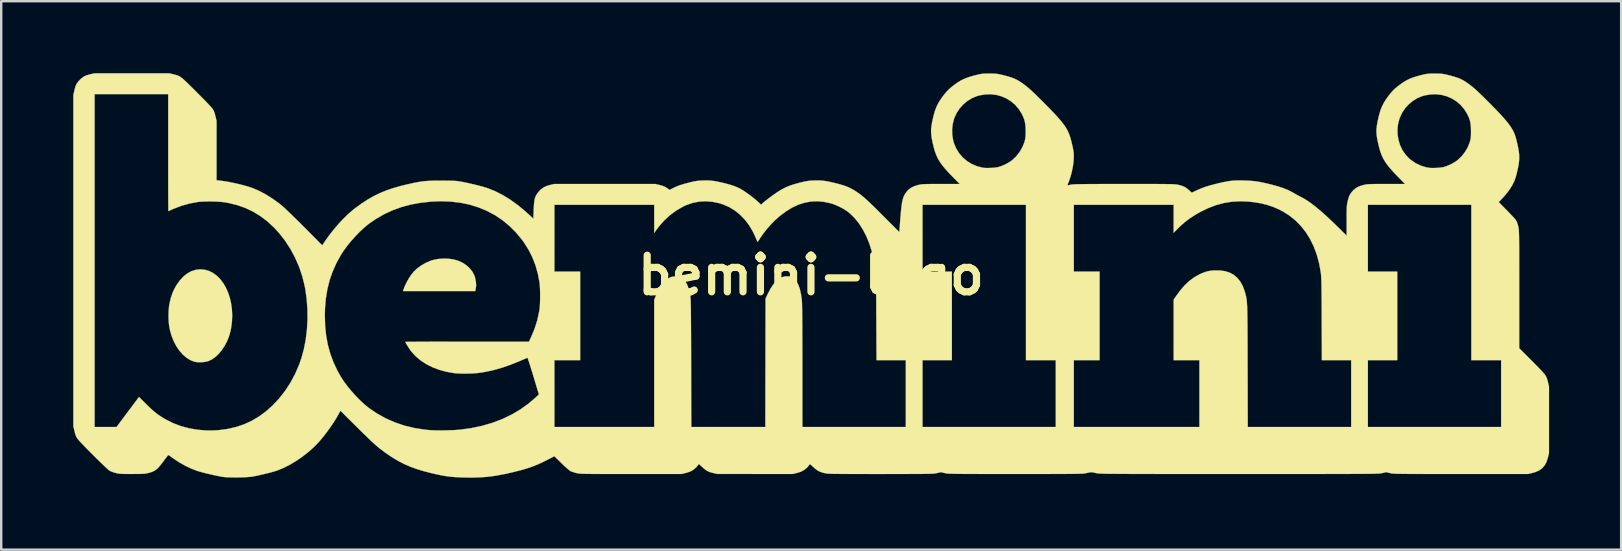
<source format=kicad_pcb>
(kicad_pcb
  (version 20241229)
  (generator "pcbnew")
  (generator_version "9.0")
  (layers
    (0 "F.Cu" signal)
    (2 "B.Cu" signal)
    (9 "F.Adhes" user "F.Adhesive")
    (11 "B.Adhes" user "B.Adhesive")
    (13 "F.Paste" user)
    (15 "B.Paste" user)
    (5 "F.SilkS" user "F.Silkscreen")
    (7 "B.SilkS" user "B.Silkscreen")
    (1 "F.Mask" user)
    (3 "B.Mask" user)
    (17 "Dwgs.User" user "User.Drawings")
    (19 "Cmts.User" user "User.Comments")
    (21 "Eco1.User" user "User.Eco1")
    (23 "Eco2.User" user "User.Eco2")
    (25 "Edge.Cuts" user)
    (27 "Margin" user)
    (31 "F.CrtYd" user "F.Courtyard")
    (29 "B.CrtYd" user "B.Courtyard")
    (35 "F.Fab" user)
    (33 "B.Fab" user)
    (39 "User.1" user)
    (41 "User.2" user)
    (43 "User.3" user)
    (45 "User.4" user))
  (footprint "bemini-logo"
    (layer "F.Cu")
    (at 30.73 8.415)
    (property "Reference" "bemini-logo" (at 0 0 0) (layer "F.SilkS") (effects (font (size 1.524 1.524) (thickness 0.3))))
    (attr through_hole)
    (fp_poly (pts (xy -15.104 -0.688) (xy -14.903 -0.661) (xy -14.721 -0.613) (xy -14.707 -0.608) (xy -14.524 -0.526) (xy -14.359 -0.419) (xy -14.217 -0.292) (xy -14.103 -0.149) (xy -14.022 0.007) (xy -14.02 0.01) (xy -13.994 0.092) (xy -13.972 0.19) (xy -13.956 0.292) (xy -13.948 0.384) (xy -13.949 0.455) (xy -13.95 0.46) (xy -13.961 0.528) (xy -13.971 0.593) (xy -13.981 0.659) (xy -16.992 0.659) (xy -16.979 0.616) (xy -16.923 0.466) (xy -16.847 0.304) (xy -16.757 0.143) (xy -16.66 -0.006) (xy -16.562 -0.13) (xy -16.555 -0.138) (xy -16.406 -0.282) (xy -16.228 -0.411) (xy -16.034 -0.522) (xy -15.831 -0.607) (xy -15.72 -0.641) (xy -15.524 -0.678) (xy -15.315 -0.694) (xy -15.104 -0.688)) (stroke (width 0.01) (type solid)) (fill yes) (layer "F.SilkS"))
    (fp_poly (pts (xy -25.242 -0.227) (xy -25.066 -0.175) (xy -24.901 -0.091) (xy -24.748 0.022) (xy -24.608 0.162) (xy -24.483 0.325) (xy -24.374 0.511) (xy -24.282 0.716) (xy -24.208 0.937) (xy -24.154 1.173) (xy -24.12 1.42) (xy -24.108 1.677) (xy -24.119 1.94) (xy -24.155 2.208) (xy -24.177 2.319) (xy -24.237 2.536) (xy -24.32 2.744) (xy -24.422 2.94) (xy -24.541 3.119) (xy -24.672 3.276) (xy -24.814 3.409) (xy -24.963 3.512) (xy -25.116 3.582) (xy -25.118 3.582) (xy -25.215 3.605) (xy -25.333 3.62) (xy -25.458 3.625) (xy -25.575 3.62) (xy -25.671 3.605) (xy -25.68 3.603) (xy -25.851 3.536) (xy -26.015 3.434) (xy -26.168 3.302) (xy -26.308 3.142) (xy -26.434 2.957) (xy -26.543 2.75) (xy -26.633 2.524) (xy -26.701 2.282) (xy -26.727 2.154) (xy -26.747 2.001) (xy -26.758 1.825) (xy -26.76 1.639) (xy -26.753 1.455) (xy -26.738 1.288) (xy -26.727 1.214) (xy -26.66 0.927) (xy -26.565 0.666) (xy -26.441 0.428) (xy -26.289 0.215) (xy -26.142 0.057) (xy -25.983 -0.072) (xy -25.819 -0.164) (xy -25.645 -0.222) (xy -25.46 -0.244) (xy -25.428 -0.245) (xy -25.242 -0.227)) (stroke (width 0.01) (type solid)) (fill yes) (layer "F.SilkS"))
    (fp_poly (pts (xy -26.531 -8.363) (xy -26.434 -8.338) (xy -26.363 -8.314) (xy -26.303 -8.285) (xy -26.244 -8.247) (xy -26.211 -8.223) (xy -26.168 -8.187) (xy -26.103 -8.128) (xy -26.02 -8.05) (xy -25.922 -7.956) (xy -25.813 -7.85) (xy -25.697 -7.735) (xy -25.577 -7.615) (xy -25.456 -7.494) (xy -25.34 -7.376) (xy -25.23 -7.264) (xy -25.132 -7.161) (xy -25.048 -7.072) (xy -24.982 -7) (xy -24.938 -6.949) (xy -24.925 -6.933) (xy -24.888 -6.873) (xy -24.857 -6.802) (xy -24.829 -6.711) (xy -24.809 -6.635) (xy -24.76 -6.432) (xy -24.76 -3.956) (xy -24.558 -3.934) (xy -24.402 -3.912) (xy -24.223 -3.881) (xy -24.032 -3.842) (xy -23.837 -3.798) (xy -23.648 -3.751) (xy -23.474 -3.702) (xy -23.325 -3.655) (xy -23.274 -3.637) (xy -23.007 -3.524) (xy -22.737 -3.383) (xy -22.461 -3.212) (xy -22.176 -3.009) (xy -22.079 -2.934) (xy -22.024 -2.887) (xy -21.944 -2.816) (xy -21.844 -2.722) (xy -21.724 -2.608) (xy -21.588 -2.476) (xy -21.437 -2.328) (xy -21.275 -2.167) (xy -21.124 -2.016) (xy -20.356 -1.245) (xy -20.241 -1.418) (xy -20.07 -1.659) (xy -19.883 -1.899) (xy -19.685 -2.131) (xy -19.482 -2.349) (xy -19.279 -2.546) (xy -19.082 -2.718) (xy -18.994 -2.787) (xy -18.725 -2.982) (xy -18.467 -3.151) (xy -18.212 -3.297) (xy -17.954 -3.423) (xy -17.683 -3.534) (xy -17.395 -3.632) (xy -17.08 -3.721) (xy -16.873 -3.772) (xy -16.675 -3.817) (xy -16.504 -3.854) (xy -16.352 -3.882) (xy -16.211 -3.904) (xy -16.072 -3.92) (xy -15.927 -3.93) (xy -15.769 -3.937) (xy -15.588 -3.94) (xy -15.409 -3.941) (xy -15.233 -3.941) (xy -15.088 -3.94) (xy -14.97 -3.937) (xy -14.873 -3.933) (xy -14.79 -3.928) (xy -14.717 -3.92) (xy -14.648 -3.91) (xy -14.629 -3.907) (xy -14.489 -3.882) (xy -14.33 -3.849) (xy -14.159 -3.811) (xy -13.985 -3.77) (xy -13.818 -3.728) (xy -13.665 -3.687) (xy -13.535 -3.648) (xy -13.472 -3.628) (xy -13.156 -3.502) (xy -12.838 -3.34) (xy -12.518 -3.144) (xy -12.199 -2.913) (xy -11.884 -2.65) (xy -11.795 -2.571) (xy -11.562 -2.355) (xy -11.55 -2.706) (xy -11.542 -2.876) (xy -11.538 -2.935) (xy -10.687 -2.935) (xy -10.687 -0.151) (xy -9.614 -0.151) (xy -9.614 3.537) (xy -10.687 3.537) (xy -10.687 6.322) (xy -6.529 6.322) (xy -6.529 1.021) (xy -6.471 0.882) (xy -6.4 0.726) (xy -6.318 0.574) (xy -6.231 0.435) (xy -6.142 0.315) (xy -6.057 0.222) (xy -6.022 0.191) (xy -5.924 0.121) (xy -5.834 0.077) (xy -5.739 0.054) (xy -5.634 0.048) (xy -5.553 0.049) (xy -5.497 0.055) (xy -5.451 0.07) (xy -5.403 0.096) (xy -5.389 0.104) (xy -5.293 0.183) (xy -5.21 0.291) (xy -5.139 0.431) (xy -5.081 0.604) (xy -5.033 0.812) (xy -5.029 0.837) (xy -5.024 0.865) (xy -5.021 0.897) (xy -5.017 0.938) (xy -5.014 0.988) (xy -5.011 1.049) (xy -5.008 1.124) (xy -5.006 1.213) (xy -5.004 1.32) (xy -5.002 1.446) (xy -5.001 1.592) (xy -4.999 1.762) (xy -4.998 1.956) (xy -4.997 2.177) (xy -4.995 2.426) (xy -4.994 2.705) (xy -4.993 3.017) (xy -4.992 3.363) (xy -4.992 3.664) (xy -4.984 6.322) (xy -1.901 6.322) (xy -1.896 3.645) (xy -1.891 0.969) (xy -1.794 0.769) (xy -1.686 0.563) (xy -1.576 0.394) (xy -1.464 0.259) (xy -1.347 0.158) (xy -1.225 0.088) (xy -1.095 0.05) (xy -1.031 0.042) (xy -0.9 0.048) (xy -0.785 0.088) (xy -0.683 0.16) (xy -0.595 0.267) (xy -0.522 0.407) (xy -0.461 0.582) (xy -0.415 0.791) (xy -0.381 1.035) (xy -0.377 1.082) (xy -0.374 1.132) (xy -0.371 1.219) (xy -0.369 1.34) (xy -0.366 1.495) (xy -0.364 1.682) (xy -0.363 1.9) (xy -0.361 2.147) (xy -0.36 2.422) (xy -0.359 2.723) (xy -0.358 3.05) (xy -0.358 3.4) (xy -0.357 3.773) (xy -0.357 3.805) (xy -0.357 6.322) (xy 3.951 6.322) (xy 3.951 3.537) (xy 2.731 3.537) (xy 2.723 1.764) (xy 2.721 1.454) (xy 2.72 1.178) (xy 2.718 0.935) (xy 2.717 0.721) (xy 2.715 0.534) (xy 2.712 0.371) (xy 2.709 0.228) (xy 2.705 0.105) (xy 2.701 -0.003) (xy 2.695 -0.099) (xy 2.688 -0.184) (xy 2.68 -0.261) (xy 2.671 -0.334) (xy 2.661 -0.405) (xy 2.648 -0.477) (xy 2.634 -0.552) (xy 2.619 -0.634) (xy 2.614 -0.659) (xy 2.534 -0.997) (xy 2.432 -1.318) (xy 2.31 -1.619) (xy 2.167 -1.896) (xy 2.007 -2.148) (xy 1.829 -2.371) (xy 1.637 -2.563) (xy 1.527 -2.653) (xy 1.408 -2.733) (xy 1.266 -2.814) (xy 1.111 -2.889) (xy 0.958 -2.953) (xy 0.818 -2.999) (xy 0.809 -3.001) (xy 0.53 -3.059) (xy 0.259 -3.082) (xy -0.005 -3.07) (xy -0.266 -3.022) (xy -0.523 -2.939) (xy -0.779 -2.82) (xy -1.035 -2.664) (xy -1.293 -2.471) (xy -1.326 -2.443) (xy -1.499 -2.288) (xy -1.672 -2.112) (xy -1.838 -1.924) (xy -1.988 -1.733) (xy -2.116 -1.548) (xy -2.148 -1.496) (xy -2.181 -1.443) (xy -2.208 -1.405) (xy -2.221 -1.392) (xy -2.232 -1.409) (xy -2.253 -1.452) (xy -2.281 -1.515) (xy -2.294 -1.548) (xy -2.425 -1.83) (xy -2.58 -2.088) (xy -2.757 -2.32) (xy -2.955 -2.523) (xy -3.172 -2.697) (xy -3.406 -2.839) (xy -3.656 -2.949) (xy -3.819 -3.001) (xy -4.106 -3.06) (xy -4.385 -3.082) (xy -4.658 -3.067) (xy -4.924 -3.015) (xy -5.184 -2.926) (xy -5.314 -2.866) (xy -5.598 -2.703) (xy -5.864 -2.509) (xy -6.109 -2.285) (xy -6.331 -2.034) (xy -6.423 -1.912) (xy -6.529 -1.765) (xy -6.529 -2.935) (xy -10.687 -2.935) (xy -11.538 -2.935) (xy -11.532 -3.014) (xy -11.516 -3.126) (xy -11.494 -3.219) (xy -11.464 -3.298) (xy -11.425 -3.37) (xy -11.375 -3.44) (xy -11.37 -3.447) (xy -11.26 -3.567) (xy -11.14 -3.657) (xy -11 -3.722) (xy -10.871 -3.759) (xy -10.689 -3.801) (xy -8.585 -3.801) (xy -6.482 -3.801) (xy -6.296 -3.756) (xy -6.191 -3.727) (xy -6.111 -3.697) (xy -6.041 -3.66) (xy -5.998 -3.632) (xy -5.886 -3.553) (xy -5.757 -3.621) (xy -5.653 -3.672) (xy -5.546 -3.718) (xy -5.43 -3.76) (xy -5.295 -3.801) (xy -5.134 -3.844) (xy -5.071 -3.86) (xy -4.943 -3.891) (xy -4.839 -3.913) (xy -4.747 -3.928) (xy -4.654 -3.938) (xy -4.548 -3.944) (xy -4.503 -3.946) (xy -4.377 -3.949) (xy -4.264 -3.947) (xy -4.155 -3.94) (xy -4.043 -3.926) (xy -3.92 -3.904) (xy -3.776 -3.874) (xy -3.613 -3.836) (xy -3.41 -3.783) (xy -3.236 -3.729) (xy -3.085 -3.67) (xy -2.95 -3.605) (xy -2.846 -3.545) (xy -2.714 -3.457) (xy -2.572 -3.357) (xy -2.433 -3.252) (xy -2.307 -3.149) (xy -2.208 -3.061) (xy -2.079 -2.939) (xy -1.994 -3.015) (xy -1.915 -3.083) (xy -1.813 -3.163) (xy -1.697 -3.251) (xy -1.579 -3.338) (xy -1.465 -3.418) (xy -1.39 -3.468) (xy -1.251 -3.554) (xy -1.121 -3.626) (xy -0.991 -3.687) (xy -0.853 -3.741) (xy -0.698 -3.791) (xy -0.517 -3.841) (xy -0.442 -3.86) (xy -0.315 -3.891) (xy -0.211 -3.913) (xy -0.119 -3.928) (xy -0.026 -3.938) (xy 0.08 -3.944) (xy 0.126 -3.946) (xy 0.254 -3.949) (xy 0.369 -3.947) (xy 0.479 -3.94) (xy 0.593 -3.925) (xy 0.72 -3.903) (xy 0.866 -3.871) (xy 1.009 -3.838) (xy 1.199 -3.789) (xy 1.36 -3.741) (xy 1.499 -3.691) (xy 1.623 -3.636) (xy 1.74 -3.573) (xy 1.751 -3.567) (xy 1.839 -3.515) (xy 1.921 -3.461) (xy 2.003 -3.405) (xy 2.086 -3.342) (xy 2.174 -3.27) (xy 2.269 -3.188) (xy 2.375 -3.091) (xy 2.494 -2.979) (xy 2.63 -2.847) (xy 2.786 -2.693) (xy 2.965 -2.515) (xy 2.984 -2.496) (xy 3.681 -1.797) (xy 3.724 -2.36) (xy 3.741 -2.573) (xy 3.758 -2.752) (xy 3.776 -2.903) (xy 3.781 -2.935) (xy 4.647 -2.935) (xy 4.647 -0.151) (xy 5.87 -0.151) (xy 5.87 3.537) (xy 4.647 3.537) (xy 4.647 6.322) (xy 10.198 6.322) (xy 10.198 3.537) (xy 8.956 3.537) (xy 8.956 -2.935) (xy 10.95 -2.935) (xy 10.95 -0.151) (xy 12.023 -0.151) (xy 12.023 3.537) (xy 10.95 3.537) (xy 10.95 6.322) (xy 16.181 6.322) (xy 16.181 3.537) (xy 15.108 3.537) (xy 15.108 1.017) (xy 15.214 0.862) (xy 15.394 0.618) (xy 15.577 0.409) (xy 15.767 0.232) (xy 15.966 0.085) (xy 16.178 -0.034) (xy 16.202 -0.046) (xy 16.341 -0.107) (xy 16.463 -0.149) (xy 16.585 -0.177) (xy 16.72 -0.194) (xy 16.821 -0.201) (xy 17.054 -0.199) (xy 17.265 -0.166) (xy 17.454 -0.103) (xy 17.62 -0.011) (xy 17.764 0.113) (xy 17.886 0.267) (xy 17.987 0.452) (xy 18.066 0.667) (xy 18.07 0.681) (xy 18.085 0.734) (xy 18.099 0.784) (xy 18.112 0.83) (xy 18.123 0.877) (xy 18.133 0.925) (xy 18.142 0.977) (xy 18.15 1.035) (xy 18.157 1.1) (xy 18.162 1.176) (xy 18.167 1.264) (xy 18.172 1.365) (xy 18.175 1.483) (xy 18.178 1.619) (xy 18.18 1.776) (xy 18.182 1.954) (xy 18.184 2.157) (xy 18.185 2.387) (xy 18.186 2.645) (xy 18.187 2.933) (xy 18.188 3.254) (xy 18.189 3.61) (xy 18.189 3.777) (xy 18.195 6.322) (xy 22.503 6.322) (xy 22.503 3.537) (xy 21.282 3.537) (xy 21.275 1.82) (xy 21.274 1.522) (xy 21.273 1.259) (xy 21.271 1.028) (xy 21.27 0.827) (xy 21.268 0.653) (xy 21.266 0.504) (xy 21.264 0.377) (xy 21.262 0.269) (xy 21.259 0.179) (xy 21.256 0.103) (xy 21.252 0.038) (xy 21.248 -0.017) (xy 21.243 -0.066) (xy 21.237 -0.111) (xy 21.235 -0.132) (xy 21.165 -0.51) (xy 21.067 -0.867) (xy 20.942 -1.2) (xy 20.791 -1.509) (xy 20.614 -1.792) (xy 20.412 -2.05) (xy 20.185 -2.28) (xy 19.934 -2.483) (xy 19.66 -2.657) (xy 19.52 -2.73) (xy 19.265 -2.842) (xy 19.005 -2.93) (xy 18.731 -2.998) (xy 18.437 -3.045) (xy 18.213 -3.068) (xy 17.867 -3.081) (xy 17.533 -3.062) (xy 17.207 -3.01) (xy 16.885 -2.925) (xy 16.565 -2.805) (xy 16.242 -2.649) (xy 16.011 -2.518) (xy 15.785 -2.372) (xy 15.584 -2.221) (xy 15.395 -2.055) (xy 15.301 -1.963) (xy 15.108 -1.769) (xy 15.108 -2.935) (xy 10.95 -2.935) (xy 8.956 -2.935) (xy 4.647 -2.935) (xy 3.781 -2.935) (xy 3.795 -3.028) (xy 3.817 -3.132) (xy 3.842 -3.22) (xy 3.87 -3.295) (xy 3.904 -3.362) (xy 3.943 -3.424) (xy 4.042 -3.544) (xy 4.158 -3.637) (xy 4.297 -3.707) (xy 4.453 -3.756) (xy 4.5 -3.767) (xy 4.543 -3.776) (xy 4.587 -3.783) (xy 4.636 -3.789) (xy 4.694 -3.793) (xy 4.765 -3.796) (xy 4.853 -3.798) (xy 4.964 -3.8) (xy 5.1 -3.8) (xy 5.267 -3.801) (xy 5.418 -3.801) (xy 6.197 -3.801) (xy 5.878 -4.125) (xy 5.712 -4.298) (xy 5.573 -4.454) (xy 5.457 -4.598) (xy 5.362 -4.734) (xy 5.284 -4.869) (xy 5.219 -5.007) (xy 5.166 -5.153) (xy 5.12 -5.313) (xy 5.11 -5.353) (xy 5.065 -5.54) (xy 5.033 -5.7) (xy 5.013 -5.842) (xy 5.004 -5.973) (xy 5.006 -6.065) (xy 5.879 -6.065) (xy 5.887 -5.828) (xy 5.928 -5.597) (xy 5.963 -5.48) (xy 6.055 -5.268) (xy 6.178 -5.074) (xy 6.329 -4.902) (xy 6.504 -4.754) (xy 6.7 -4.633) (xy 6.913 -4.542) (xy 7.14 -4.483) (xy 7.168 -4.478) (xy 7.259 -4.469) (xy 7.374 -4.467) (xy 7.501 -4.471) (xy 7.627 -4.48) (xy 7.739 -4.494) (xy 7.808 -4.507) (xy 7.933 -4.548) (xy 8.071 -4.607) (xy 8.208 -4.678) (xy 8.33 -4.755) (xy 8.388 -4.798) (xy 8.549 -4.952) (xy 8.69 -5.131) (xy 8.804 -5.326) (xy 8.887 -5.53) (xy 8.903 -5.583) (xy 8.92 -5.655) (xy 8.932 -5.727) (xy 8.939 -5.809) (xy 8.942 -5.912) (xy 8.943 -6.002) (xy 8.939 -6.172) (xy 8.924 -6.315) (xy 8.898 -6.443) (xy 8.856 -6.565) (xy 8.798 -6.692) (xy 8.787 -6.715) (xy 8.661 -6.917) (xy 8.511 -7.093) (xy 8.338 -7.242) (xy 8.147 -7.362) (xy 7.94 -7.452) (xy 7.72 -7.512) (xy 7.491 -7.539) (xy 7.256 -7.532) (xy 7.018 -7.491) (xy 6.912 -7.461) (xy 6.709 -7.378) (xy 6.519 -7.262) (xy 6.346 -7.118) (xy 6.195 -6.95) (xy 6.07 -6.762) (xy 5.975 -6.558) (xy 5.963 -6.524) (xy 5.905 -6.3) (xy 5.879 -6.065) (xy 5.006 -6.065) (xy 5.007 -6.103) (xy 5.023 -6.239) (xy 5.05 -6.391) (xy 5.089 -6.566) (xy 5.109 -6.651) (xy 5.166 -6.852) (xy 5.234 -7.029) (xy 5.318 -7.195) (xy 5.426 -7.362) (xy 5.491 -7.451) (xy 5.579 -7.563) (xy 5.656 -7.654) (xy 5.732 -7.733) (xy 5.816 -7.808) (xy 5.918 -7.89) (xy 5.983 -7.939) (xy 6.128 -8.042) (xy 6.268 -8.125) (xy 6.414 -8.194) (xy 6.574 -8.253) (xy 6.76 -8.308) (xy 6.811 -8.321) (xy 6.927 -8.35) (xy 7.017 -8.371) (xy 7.091 -8.385) (xy 7.161 -8.393) (xy 7.237 -8.398) (xy 7.33 -8.4) (xy 7.432 -8.4) (xy 7.55 -8.399) (xy 7.642 -8.397) (xy 7.718 -8.392) (xy 7.79 -8.382) (xy 7.868 -8.367) (xy 7.963 -8.345) (xy 8.032 -8.328) (xy 8.202 -8.283) (xy 8.342 -8.24) (xy 8.461 -8.196) (xy 8.566 -8.147) (xy 8.667 -8.09) (xy 8.737 -8.044) (xy 8.821 -7.986) (xy 8.901 -7.928) (xy 8.981 -7.866) (xy 9.064 -7.796) (xy 9.154 -7.717) (xy 9.254 -7.625) (xy 9.367 -7.516) (xy 9.497 -7.388) (xy 9.648 -7.238) (xy 9.758 -7.128) (xy 9.948 -6.934) (xy 10.113 -6.763) (xy 10.255 -6.61) (xy 10.376 -6.473) (xy 10.477 -6.349) (xy 10.562 -6.234) (xy 10.633 -6.125) (xy 10.692 -6.019) (xy 10.741 -5.913) (xy 10.782 -5.803) (xy 10.817 -5.686) (xy 10.846 -5.577) (xy 10.881 -5.431) (xy 10.907 -5.315) (xy 10.926 -5.22) (xy 10.939 -5.14) (xy 10.946 -5.067) (xy 10.948 -4.994) (xy 10.947 -4.912) (xy 10.945 -4.841) (xy 10.931 -4.673) (xy 10.902 -4.487) (xy 10.863 -4.297) (xy 10.814 -4.115) (xy 10.76 -3.952) (xy 10.735 -3.89) (xy 10.708 -3.821) (xy 10.692 -3.771) (xy 10.691 -3.746) (xy 10.694 -3.745) (xy 10.722 -3.749) (xy 10.775 -3.76) (xy 10.828 -3.773) (xy 10.851 -3.777) (xy 10.882 -3.781) (xy 10.924 -3.784) (xy 10.979 -3.787) (xy 11.05 -3.79) (xy 11.137 -3.792) (xy 11.243 -3.794) (xy 11.37 -3.796) (xy 11.521 -3.797) (xy 11.696 -3.798) (xy 11.899 -3.799) (xy 12.131 -3.8) (xy 12.395 -3.8) (xy 12.692 -3.8) (xy 13.024 -3.8) (xy 13.046 -3.8) (xy 13.372 -3.8) (xy 13.663 -3.8) (xy 13.921 -3.8) (xy 14.148 -3.8) (xy 14.347 -3.8) (xy 14.518 -3.799) (xy 14.666 -3.798) (xy 14.791 -3.797) (xy 14.897 -3.795) (xy 14.985 -3.794) (xy 15.057 -3.791) (xy 15.117 -3.789) (xy 15.165 -3.785) (xy 15.205 -3.782) (xy 15.238 -3.778) (xy 15.267 -3.773) (xy 15.294 -3.767) (xy 15.322 -3.761) (xy 15.322 -3.761) (xy 15.448 -3.727) (xy 15.549 -3.686) (xy 15.641 -3.63) (xy 15.736 -3.553) (xy 15.756 -3.535) (xy 15.862 -3.438) (xy 16.045 -3.524) (xy 16.195 -3.592) (xy 16.336 -3.648) (xy 16.479 -3.698) (xy 16.636 -3.745) (xy 16.818 -3.792) (xy 16.852 -3.801) (xy 17.04 -3.846) (xy 17.198 -3.881) (xy 17.336 -3.908) (xy 17.461 -3.927) (xy 17.58 -3.94) (xy 17.702 -3.946) (xy 17.832 -3.948) (xy 17.981 -3.947) (xy 18.015 -3.946) (xy 18.176 -3.941) (xy 18.319 -3.933) (xy 18.451 -3.921) (xy 18.582 -3.904) (xy 18.718 -3.881) (xy 18.867 -3.85) (xy 19.039 -3.811) (xy 19.189 -3.774) (xy 19.442 -3.705) (xy 19.664 -3.632) (xy 19.862 -3.553) (xy 20.041 -3.463) (xy 20.101 -3.429) (xy 20.186 -3.381) (xy 20.272 -3.333) (xy 20.346 -3.294) (xy 20.376 -3.279) (xy 20.523 -3.201) (xy 20.68 -3.104) (xy 20.849 -2.986) (xy 21.031 -2.845) (xy 21.228 -2.68) (xy 21.443 -2.49) (xy 21.676 -2.272) (xy 21.93 -2.027) (xy 21.962 -1.996) (xy 22.314 -1.648) (xy 22.314 -2.271) (xy 22.314 -2.442) (xy 22.315 -2.58) (xy 22.316 -2.691) (xy 22.318 -2.78) (xy 22.322 -2.851) (xy 22.327 -2.91) (xy 22.33 -2.935) (xy 23.199 -2.935) (xy 23.199 -0.151) (xy 24.422 -0.151) (xy 24.422 3.537) (xy 23.199 3.537) (xy 23.199 6.322) (xy 28.749 6.322) (xy 28.749 3.537) (xy 27.507 3.537) (xy 27.507 -2.935) (xy 23.199 -2.935) (xy 22.33 -2.935) (xy 22.334 -2.962) (xy 22.343 -3.012) (xy 22.355 -3.066) (xy 22.362 -3.098) (xy 22.388 -3.2) (xy 22.413 -3.278) (xy 22.443 -3.342) (xy 22.482 -3.406) (xy 22.494 -3.424) (xy 22.594 -3.544) (xy 22.71 -3.637) (xy 22.849 -3.708) (xy 23.005 -3.756) (xy 23.051 -3.767) (xy 23.095 -3.776) (xy 23.138 -3.783) (xy 23.187 -3.789) (xy 23.245 -3.793) (xy 23.316 -3.796) (xy 23.405 -3.798) (xy 23.515 -3.8) (xy 23.652 -3.8) (xy 23.818 -3.801) (xy 23.969 -3.801) (xy 24.749 -3.801) (xy 24.429 -4.125) (xy 24.263 -4.298) (xy 24.124 -4.454) (xy 24.008 -4.598) (xy 23.913 -4.734) (xy 23.835 -4.869) (xy 23.771 -5.007) (xy 23.717 -5.153) (xy 23.671 -5.313) (xy 23.661 -5.353) (xy 23.617 -5.54) (xy 23.584 -5.7) (xy 23.564 -5.842) (xy 23.555 -5.973) (xy 23.558 -6.073) (xy 24.43 -6.073) (xy 24.437 -5.845) (xy 24.476 -5.622) (xy 24.544 -5.408) (xy 24.64 -5.208) (xy 24.765 -5.026) (xy 24.915 -4.866) (xy 24.985 -4.807) (xy 25.192 -4.666) (xy 25.41 -4.562) (xy 25.639 -4.493) (xy 25.72 -4.478) (xy 25.811 -4.469) (xy 25.926 -4.467) (xy 26.053 -4.471) (xy 26.178 -4.48) (xy 26.29 -4.494) (xy 26.36 -4.507) (xy 26.484 -4.548) (xy 26.622 -4.607) (xy 26.759 -4.678) (xy 26.881 -4.755) (xy 26.939 -4.798) (xy 27.101 -4.952) (xy 27.241 -5.131) (xy 27.356 -5.326) (xy 27.439 -5.53) (xy 27.454 -5.583) (xy 27.472 -5.655) (xy 27.484 -5.727) (xy 27.491 -5.809) (xy 27.494 -5.912) (xy 27.494 -6.002) (xy 27.49 -6.172) (xy 27.476 -6.315) (xy 27.449 -6.443) (xy 27.408 -6.565) (xy 27.35 -6.692) (xy 27.338 -6.715) (xy 27.213 -6.917) (xy 27.062 -7.093) (xy 26.89 -7.242) (xy 26.698 -7.362) (xy 26.491 -7.452) (xy 26.272 -7.512) (xy 26.043 -7.539) (xy 25.807 -7.532) (xy 25.569 -7.491) (xy 25.464 -7.461) (xy 25.26 -7.378) (xy 25.07 -7.262) (xy 24.898 -7.118) (xy 24.747 -6.95) (xy 24.622 -6.762) (xy 24.527 -6.558) (xy 24.514 -6.524) (xy 24.456 -6.3) (xy 24.43 -6.073) (xy 23.558 -6.073) (xy 23.559 -6.103) (xy 23.574 -6.239) (xy 23.601 -6.391) (xy 23.64 -6.566) (xy 23.661 -6.651) (xy 23.717 -6.852) (xy 23.785 -7.029) (xy 23.87 -7.195) (xy 23.977 -7.362) (xy 24.043 -7.451) (xy 24.13 -7.563) (xy 24.208 -7.654) (xy 24.284 -7.733) (xy 24.368 -7.808) (xy 24.469 -7.89) (xy 24.535 -7.939) (xy 24.68 -8.042) (xy 24.82 -8.125) (xy 24.965 -8.194) (xy 25.126 -8.253) (xy 25.311 -8.308) (xy 25.362 -8.321) (xy 25.478 -8.35) (xy 25.568 -8.371) (xy 25.643 -8.385) (xy 25.713 -8.393) (xy 25.789 -8.398) (xy 25.882 -8.4) (xy 25.983 -8.4) (xy 26.102 -8.399) (xy 26.193 -8.397) (xy 26.27 -8.392) (xy 26.341 -8.382) (xy 26.419 -8.367) (xy 26.514 -8.345) (xy 26.584 -8.328) (xy 26.753 -8.283) (xy 26.893 -8.24) (xy 27.012 -8.196) (xy 27.118 -8.147) (xy 27.218 -8.09) (xy 27.289 -8.044) (xy 27.372 -7.986) (xy 27.452 -7.928) (xy 27.532 -7.866) (xy 27.615 -7.796) (xy 27.705 -7.717) (xy 27.805 -7.625) (xy 27.918 -7.516) (xy 28.049 -7.388) (xy 28.199 -7.238) (xy 28.309 -7.128) (xy 28.506 -6.927) (xy 28.677 -6.749) (xy 28.823 -6.59) (xy 28.948 -6.446) (xy 29.052 -6.317) (xy 29.139 -6.197) (xy 29.209 -6.086) (xy 29.267 -5.979) (xy 29.312 -5.875) (xy 29.349 -5.769) (xy 29.368 -5.701) (xy 29.418 -5.495) (xy 29.457 -5.318) (xy 29.484 -5.161) (xy 29.5 -5.018) (xy 29.503 -4.88) (xy 29.494 -4.741) (xy 29.474 -4.593) (xy 29.442 -4.428) (xy 29.397 -4.239) (xy 29.368 -4.123) (xy 29.303 -3.933) (xy 29.205 -3.735) (xy 29.075 -3.534) (xy 28.917 -3.334) (xy 28.807 -3.212) (xy 28.648 -3.047) (xy 28.978 -2.713) (xy 29.073 -2.617) (xy 29.161 -2.524) (xy 29.24 -2.44) (xy 29.304 -2.369) (xy 29.348 -2.317) (xy 29.364 -2.295) (xy 29.409 -2.209) (xy 29.448 -2.091) (xy 29.461 -2.035) (xy 29.467 -2.01) (xy 29.472 -1.984) (xy 29.477 -1.957) (xy 29.481 -1.927) (xy 29.485 -1.89) (xy 29.488 -1.846) (xy 29.491 -1.793) (xy 29.493 -1.727) (xy 29.495 -1.647) (xy 29.497 -1.552) (xy 29.498 -1.439) (xy 29.499 -1.305) (xy 29.5 -1.15) (xy 29.501 -0.97) (xy 29.501 -0.765) (xy 29.501 -0.531) (xy 29.502 -0.267) (xy 29.502 0.029) (xy 29.502 0.36) (xy 29.502 0.59) (xy 29.502 3.039) (xy 29.992 3.528) (xy 30.108 3.645) (xy 30.219 3.758) (xy 30.321 3.863) (xy 30.411 3.958) (xy 30.484 4.037) (xy 30.538 4.097) (xy 30.566 4.132) (xy 30.608 4.196) (xy 30.64 4.258) (xy 30.667 4.332) (xy 30.693 4.43) (xy 30.696 4.442) (xy 30.743 4.638) (xy 30.743 7.404) (xy 30.696 7.599) (xy 30.64 7.774) (xy 30.562 7.919) (xy 30.461 8.037) (xy 30.334 8.129) (xy 30.178 8.198) (xy 30.063 8.231) (xy 29.869 8.278) (xy 27.075 8.278) (xy 26.696 8.278) (xy 26.352 8.278) (xy 26.043 8.278) (xy 25.766 8.278) (xy 25.519 8.278) (xy 25.299 8.277) (xy 25.107 8.277) (xy 24.938 8.276) (xy 24.793 8.275) (xy 24.667 8.274) (xy 24.561 8.272) (xy 24.472 8.271) (xy 24.397 8.268) (xy 24.336 8.266) (xy 24.286 8.263) (xy 24.245 8.26) (xy 24.211 8.257) (xy 24.183 8.253) (xy 24.159 8.249) (xy 24.137 8.244) (xy 24.121 8.24) (xy 23.962 8.202) (xy 23.799 8.24) (xy 23.783 8.244) (xy 23.767 8.247) (xy 23.749 8.25) (xy 23.728 8.253) (xy 23.703 8.256) (xy 23.672 8.259) (xy 23.635 8.261) (xy 23.589 8.263) (xy 23.534 8.265) (xy 23.468 8.267) (xy 23.391 8.269) (xy 23.3 8.27) (xy 23.195 8.271) (xy 23.075 8.272) (xy 22.937 8.274) (xy 22.781 8.274) (xy 22.606 8.275) (xy 22.409 8.276) (xy 22.191 8.276) (xy 21.95 8.277) (xy 21.683 8.277) (xy 21.391 8.278) (xy 21.072 8.278) (xy 20.724 8.278) (xy 20.347 8.278) (xy 19.939 8.278) (xy 19.498 8.278) (xy 19.024 8.278) (xy 18.515 8.278) (xy 17.971 8.278) (xy 17.834 8.278) (xy 17.28 8.278) (xy 16.763 8.278) (xy 16.28 8.278) (xy 15.832 8.278) (xy 15.416 8.278) (xy 15.031 8.278) (xy 14.676 8.278) (xy 14.351 8.278) (xy 14.052 8.277) (xy 13.78 8.277) (xy 13.532 8.276) (xy 13.308 8.276) (xy 13.107 8.275) (xy 12.927 8.274) (xy 12.766 8.273) (xy 12.625 8.272) (xy 12.5 8.271) (xy 12.391 8.27) (xy 12.298 8.269) (xy 12.217 8.267) (xy 12.149 8.265) (xy 12.092 8.263) (xy 12.045 8.261) (xy 12.005 8.259) (xy 11.973 8.256) (xy 11.947 8.254) (xy 11.926 8.251) (xy 11.908 8.248) (xy 11.892 8.244) (xy 11.876 8.241) (xy 11.876 8.241) (xy 11.798 8.223) (xy 11.73 8.21) (xy 11.683 8.204) (xy 11.675 8.203) (xy 11.636 8.208) (xy 11.573 8.219) (xy 11.497 8.235) (xy 11.474 8.241) (xy 11.452 8.246) (xy 11.429 8.25) (xy 11.403 8.255) (xy 11.374 8.258) (xy 11.337 8.262) (xy 11.293 8.265) (xy 11.238 8.267) (xy 11.171 8.269) (xy 11.091 8.271) (xy 10.994 8.273) (xy 10.88 8.274) (xy 10.746 8.275) (xy 10.591 8.276) (xy 10.412 8.277) (xy 10.208 8.277) (xy 9.977 8.278) (xy 9.717 8.278) (xy 9.426 8.278) (xy 9.102 8.278) (xy 8.744 8.278) (xy 8.523 8.278) (xy 8.144 8.278) (xy 7.801 8.278) (xy 7.492 8.278) (xy 7.214 8.278) (xy 6.967 8.278) (xy 6.748 8.277) (xy 6.555 8.277) (xy 6.387 8.276) (xy 6.241 8.275) (xy 6.116 8.274) (xy 6.01 8.272) (xy 5.92 8.271) (xy 5.846 8.268) (xy 5.784 8.266) (xy 5.734 8.263) (xy 5.693 8.26) (xy 5.66 8.257) (xy 5.632 8.253) (xy 5.608 8.249) (xy 5.586 8.244) (xy 5.57 8.24) (xy 5.411 8.202) (xy 5.248 8.24) (xy 5.222 8.246) (xy 5.196 8.251) (xy 5.167 8.256) (xy 5.134 8.26) (xy 5.094 8.264) (xy 5.045 8.267) (xy 4.985 8.269) (xy 4.911 8.271) (xy 4.822 8.273) (xy 4.715 8.275) (xy 4.588 8.276) (xy 4.439 8.277) (xy 4.266 8.277) (xy 4.066 8.278) (xy 3.838 8.278) (xy 3.579 8.278) (xy 3.287 8.278) (xy 2.96 8.279) (xy 2.907 8.279) (xy 2.574 8.279) (xy 2.278 8.278) (xy 2.014 8.278) (xy 1.781 8.278) (xy 1.578 8.278) (xy 1.401 8.277) (xy 1.248 8.276) (xy 1.118 8.275) (xy 1.008 8.274) (xy 0.916 8.272) (xy 0.84 8.27) (xy 0.778 8.267) (xy 0.727 8.264) (xy 0.685 8.261) (xy 0.65 8.257) (xy 0.62 8.252) (xy 0.593 8.247) (xy 0.567 8.241) (xy 0.557 8.239) (xy 0.44 8.208) (xy 0.343 8.17) (xy 0.256 8.12) (xy 0.167 8.05) (xy 0.092 7.983) (xy 0.036 7.931) (xy -0.009 7.891) (xy -0.037 7.869) (xy -0.043 7.867) (xy -0.151 8.002) (xy -0.275 8.106) (xy -0.42 8.184) (xy -0.577 8.234) (xy -0.762 8.278) (xy -2.333 8.278) (xy -3.904 8.277) (xy -4.089 8.233) (xy -4.199 8.203) (xy -4.291 8.167) (xy -4.374 8.118) (xy -4.46 8.051) (xy -4.557 7.962) (xy -4.608 7.914) (xy -4.648 7.88) (xy -4.669 7.866) (xy -4.671 7.866) (xy -4.776 7.997) (xy -4.888 8.096) (xy -5.015 8.17) (xy -5.165 8.223) (xy -5.206 8.234) (xy -5.39 8.278) (xy -7.495 8.278) (xy -7.822 8.278) (xy -8.113 8.278) (xy -8.371 8.278) (xy -8.598 8.278) (xy -8.796 8.278) (xy -8.968 8.277) (xy -9.115 8.276) (xy -9.241 8.275) (xy -9.346 8.273) (xy -9.434 8.272) (xy -9.507 8.269) (xy -9.566 8.267) (xy -9.615 8.263) (xy -9.655 8.26) (xy -9.688 8.255) (xy -9.717 8.251) (xy -9.744 8.245) (xy -9.771 8.239) (xy -9.772 8.239) (xy -9.86 8.215) (xy -9.945 8.187) (xy -10.012 8.16) (xy -10.028 8.151) (xy -10.067 8.123) (xy -10.127 8.074) (xy -10.203 8.007) (xy -10.288 7.928) (xy -10.379 7.841) (xy -10.4 7.82) (xy -10.687 7.538) (xy -10.983 7.69) (xy -11.176 7.787) (xy -11.358 7.87) (xy -11.537 7.944) (xy -11.72 8.011) (xy -11.915 8.072) (xy -12.129 8.132) (xy -12.369 8.192) (xy -12.485 8.22) (xy -12.774 8.284) (xy -13.037 8.334) (xy -13.284 8.373) (xy -13.526 8.4) (xy -13.77 8.418) (xy -14.026 8.426) (xy -14.305 8.426) (xy -14.417 8.424) (xy -14.626 8.418) (xy -14.808 8.409) (xy -14.973 8.396) (xy -15.13 8.378) (xy -15.289 8.354) (xy -15.46 8.321) (xy -15.651 8.28) (xy -15.782 8.25) (xy -16.113 8.166) (xy -16.413 8.075) (xy -16.69 7.974) (xy -16.952 7.86) (xy -17.206 7.728) (xy -17.459 7.576) (xy -17.718 7.4) (xy -17.952 7.225) (xy -18.025 7.167) (xy -18.111 7.093) (xy -18.212 7.002) (xy -18.33 6.892) (xy -18.467 6.761) (xy -18.626 6.608) (xy -18.807 6.43) (xy -18.893 6.345) (xy -19.601 5.642) (xy -19.687 5.804) (xy -19.778 5.964) (xy -19.891 6.143) (xy -20.018 6.331) (xy -20.155 6.52) (xy -20.295 6.702) (xy -20.432 6.869) (xy -20.494 6.94) (xy -20.702 7.155) (xy -20.934 7.362) (xy -21.184 7.557) (xy -21.444 7.736) (xy -21.709 7.894) (xy -21.973 8.027) (xy -22.228 8.131) (xy -22.27 8.146) (xy -22.363 8.174) (xy -22.484 8.208) (xy -22.624 8.244) (xy -22.776 8.281) (xy -22.929 8.317) (xy -23.076 8.35) (xy -23.208 8.376) (xy -23.246 8.383) (xy -23.343 8.397) (xy -23.469 8.407) (xy -23.616 8.415) (xy -23.777 8.421) (xy -23.942 8.423) (xy -24.105 8.422) (xy -24.256 8.418) (xy -24.387 8.411) (xy -24.491 8.4) (xy -24.492 8.4) (xy -24.599 8.382) (xy -24.734 8.356) (xy -24.885 8.324) (xy -25.045 8.287) (xy -25.204 8.249) (xy -25.352 8.211) (xy -25.481 8.175) (xy -25.576 8.146) (xy -25.813 8.055) (xy -26.06 7.937) (xy -26.307 7.798) (xy -26.543 7.643) (xy -26.612 7.594) (xy -26.675 7.548) (xy -26.727 7.512) (xy -26.761 7.492) (xy -26.769 7.489) (xy -26.784 7.503) (xy -26.817 7.543) (xy -26.865 7.604) (xy -26.922 7.68) (xy -26.969 7.744) (xy -27.067 7.874) (xy -27.152 7.977) (xy -27.228 8.056) (xy -27.303 8.116) (xy -27.381 8.162) (xy -27.468 8.198) (xy -27.57 8.229) (xy -27.587 8.233) (xy -27.641 8.246) (xy -27.691 8.257) (xy -27.742 8.265) (xy -27.801 8.27) (xy -27.872 8.274) (xy -27.961 8.276) (xy -28.075 8.277) (xy -28.218 8.278) (xy -28.279 8.278) (xy -28.434 8.278) (xy -28.558 8.277) (xy -28.655 8.275) (xy -28.732 8.272) (xy -28.795 8.267) (xy -28.848 8.26) (xy -28.898 8.25) (xy -28.95 8.238) (xy -28.971 8.233) (xy -29.061 8.206) (xy -29.145 8.175) (xy -29.21 8.145) (xy -29.225 8.135) (xy -29.261 8.107) (xy -29.319 8.055) (xy -29.396 7.983) (xy -29.489 7.894) (xy -29.594 7.793) (xy -29.708 7.681) (xy -29.827 7.564) (xy -29.947 7.444) (xy -30.065 7.326) (xy -30.178 7.211) (xy -30.282 7.105) (xy -30.373 7.01) (xy -30.448 6.93) (xy -30.504 6.868) (xy -30.535 6.83) (xy -30.578 6.769) (xy -30.609 6.714) (xy -30.633 6.654) (xy -30.656 6.576) (xy -30.675 6.499) (xy -30.725 6.291) (xy -30.725 -7.514) (xy -30.717 -7.545) (xy -29.84 -7.545) (xy -29.84 6.322) (xy -28.927 6.322) (xy -28.459 5.696) (xy -27.99 5.071) (xy -27.687 5.372) (xy -27.543 5.513) (xy -27.413 5.631) (xy -27.292 5.732) (xy -27.171 5.822) (xy -27.042 5.908) (xy -26.897 5.994) (xy -26.869 6.011) (xy -26.568 6.161) (xy -26.246 6.283) (xy -25.907 6.375) (xy -25.556 6.436) (xy -25.195 6.466) (xy -24.83 6.464) (xy -24.666 6.452) (xy -24.293 6.402) (xy -23.94 6.32) (xy -23.605 6.207) (xy -23.287 6.06) (xy -22.984 5.879) (xy -22.694 5.664) (xy -22.439 5.437) (xy -22.158 5.14) (xy -21.904 4.817) (xy -21.678 4.471) (xy -21.482 4.101) (xy -21.315 3.711) (xy -21.224 3.451) (xy -21.122 3.078) (xy -21.045 2.684) (xy -20.995 2.273) (xy -20.971 1.853) (xy -20.972 1.693) (xy -20.25 1.693) (xy -20.236 2.118) (xy -20.194 2.52) (xy -20.123 2.904) (xy -20.021 3.272) (xy -19.889 3.628) (xy -19.725 3.976) (xy -19.58 4.233) (xy -19.453 4.428) (xy -19.301 4.632) (xy -19.13 4.839) (xy -18.948 5.041) (xy -18.761 5.23) (xy -18.576 5.399) (xy -18.411 5.532) (xy -18.068 5.764) (xy -17.708 5.964) (xy -17.329 6.13) (xy -16.932 6.264) (xy -16.516 6.364) (xy -16.082 6.432) (xy -15.88 6.452) (xy -15.771 6.458) (xy -15.634 6.462) (xy -15.477 6.463) (xy -15.308 6.462) (xy -15.136 6.459) (xy -14.969 6.455) (xy -14.818 6.448) (xy -14.689 6.439) (xy -14.638 6.435) (xy -14.161 6.37) (xy -13.707 6.275) (xy -13.274 6.149) (xy -12.863 5.994) (xy -12.475 5.808) (xy -12.109 5.593) (xy -11.766 5.348) (xy -11.446 5.073) (xy -11.419 5.047) (xy -11.333 4.965) (xy -11.563 4.199) (xy -11.612 4.037) (xy -11.659 3.887) (xy -11.701 3.752) (xy -11.738 3.637) (xy -11.769 3.545) (xy -11.792 3.479) (xy -11.806 3.443) (xy -11.809 3.438) (xy -11.831 3.446) (xy -11.881 3.467) (xy -11.954 3.499) (xy -12.044 3.537) (xy -12.129 3.574) (xy -12.503 3.725) (xy -12.861 3.849) (xy -13.212 3.949) (xy -13.564 4.025) (xy -13.744 4.056) (xy -13.89 4.074) (xy -14.059 4.087) (xy -14.242 4.095) (xy -14.427 4.098) (xy -14.605 4.095) (xy -14.764 4.087) (xy -14.875 4.076) (xy -15.189 4.02) (xy -15.487 3.938) (xy -15.765 3.832) (xy -16.022 3.703) (xy -16.254 3.552) (xy -16.458 3.382) (xy -16.633 3.193) (xy -16.664 3.153) (xy -16.704 3.096) (xy -16.75 3.027) (xy -16.797 2.954) (xy -16.839 2.885) (xy -16.873 2.827) (xy -16.892 2.788) (xy -16.896 2.777) (xy -16.877 2.775) (xy -16.823 2.774) (xy -16.736 2.773) (xy -16.618 2.772) (xy -16.47 2.771) (xy -16.296 2.77) (xy -16.097 2.769) (xy -15.875 2.768) (xy -15.633 2.767) (xy -15.373 2.767) (xy -15.097 2.766) (xy -14.807 2.766) (xy -14.504 2.766) (xy -14.321 2.766) (xy -11.746 2.766) (xy -11.651 2.564) (xy -11.513 2.232) (xy -11.403 1.884) (xy -11.325 1.531) (xy -11.305 1.411) (xy -11.295 1.31) (xy -11.287 1.182) (xy -11.283 1.034) (xy -11.281 0.877) (xy -11.282 0.719) (xy -11.286 0.57) (xy -11.293 0.437) (xy -11.302 0.331) (xy -11.305 0.31) (xy -11.376 -0.063) (xy -11.474 -0.414) (xy -11.603 -0.746) (xy -11.763 -1.062) (xy -11.956 -1.367) (xy -12.042 -1.485) (xy -12.291 -1.786) (xy -12.562 -2.056) (xy -12.854 -2.296) (xy -13.165 -2.504) (xy -13.497 -2.681) (xy -13.847 -2.826) (xy -14.215 -2.94) (xy -14.6 -3.02) (xy -15.001 -3.068) (xy -15.419 -3.083) (xy -15.804 -3.068) (xy -16.241 -3.021) (xy -16.655 -2.947) (xy -17.047 -2.843) (xy -17.42 -2.709) (xy -17.775 -2.545) (xy -18.116 -2.349) (xy -18.411 -2.146) (xy -18.588 -2.002) (xy -18.773 -1.832) (xy -18.96 -1.641) (xy -19.142 -1.439) (xy -19.311 -1.232) (xy -19.462 -1.028) (xy -19.58 -0.847) (xy -19.769 -0.503) (xy -19.925 -0.153) (xy -20.05 0.206) (xy -20.143 0.577) (xy -20.207 0.965) (xy -20.242 1.373) (xy -20.25 1.693) (xy -20.972 1.693) (xy -20.974 1.43) (xy -21.004 1.009) (xy -21.06 0.596) (xy -21.091 0.436) (xy -21.19 0.036) (xy -21.323 -0.355) (xy -21.488 -0.733) (xy -21.682 -1.094) (xy -21.903 -1.436) (xy -22.151 -1.753) (xy -22.365 -1.987) (xy -22.641 -2.242) (xy -22.932 -2.462) (xy -23.237 -2.649) (xy -23.56 -2.802) (xy -23.9 -2.922) (xy -24.26 -3.01) (xy -24.44 -3.041) (xy -24.568 -3.056) (xy -24.721 -3.067) (xy -24.89 -3.073) (xy -25.065 -3.075) (xy -25.235 -3.072) (xy -25.391 -3.066) (xy -25.522 -3.054) (xy -25.551 -3.05) (xy -25.884 -2.987) (xy -26.215 -2.895) (xy -26.53 -2.776) (xy -26.617 -2.738) (xy -26.683 -2.707) (xy -26.735 -2.685) (xy -26.764 -2.673) (xy -26.767 -2.672) (xy -26.768 -2.69) (xy -26.768 -2.744) (xy -26.769 -2.831) (xy -26.77 -2.949) (xy -26.771 -3.096) (xy -26.771 -3.269) (xy -26.772 -3.467) (xy -26.772 -3.687) (xy -26.773 -3.927) (xy -26.773 -4.184) (xy -26.773 -4.457) (xy -26.773 -4.744) (xy -26.773 -5.041) (xy -26.773 -5.108) (xy -26.773 -7.545) (xy -29.84 -7.545) (xy -30.717 -7.545) (xy -30.675 -7.721) (xy -30.649 -7.821) (xy -30.625 -7.895) (xy -30.598 -7.955) (xy -30.563 -8.011) (xy -30.544 -8.038) (xy -30.484 -8.109) (xy -30.41 -8.182) (xy -30.349 -8.233) (xy -30.285 -8.276) (xy -30.224 -8.308) (xy -30.152 -8.334) (xy -30.058 -8.36) (xy -30.042 -8.364) (xy -29.85 -8.41) (xy -26.726 -8.41) (xy -26.531 -8.363)) (stroke (width 0.01) (type solid)) (fill yes) (layer "F.SilkS")))
  (gr_rect
    (start -3 -3)
    (end 64.478 19.846)
    (stroke (width 0.1) (type default))
    (fill no)
    (layer "Edge.Cuts")))
</source>
